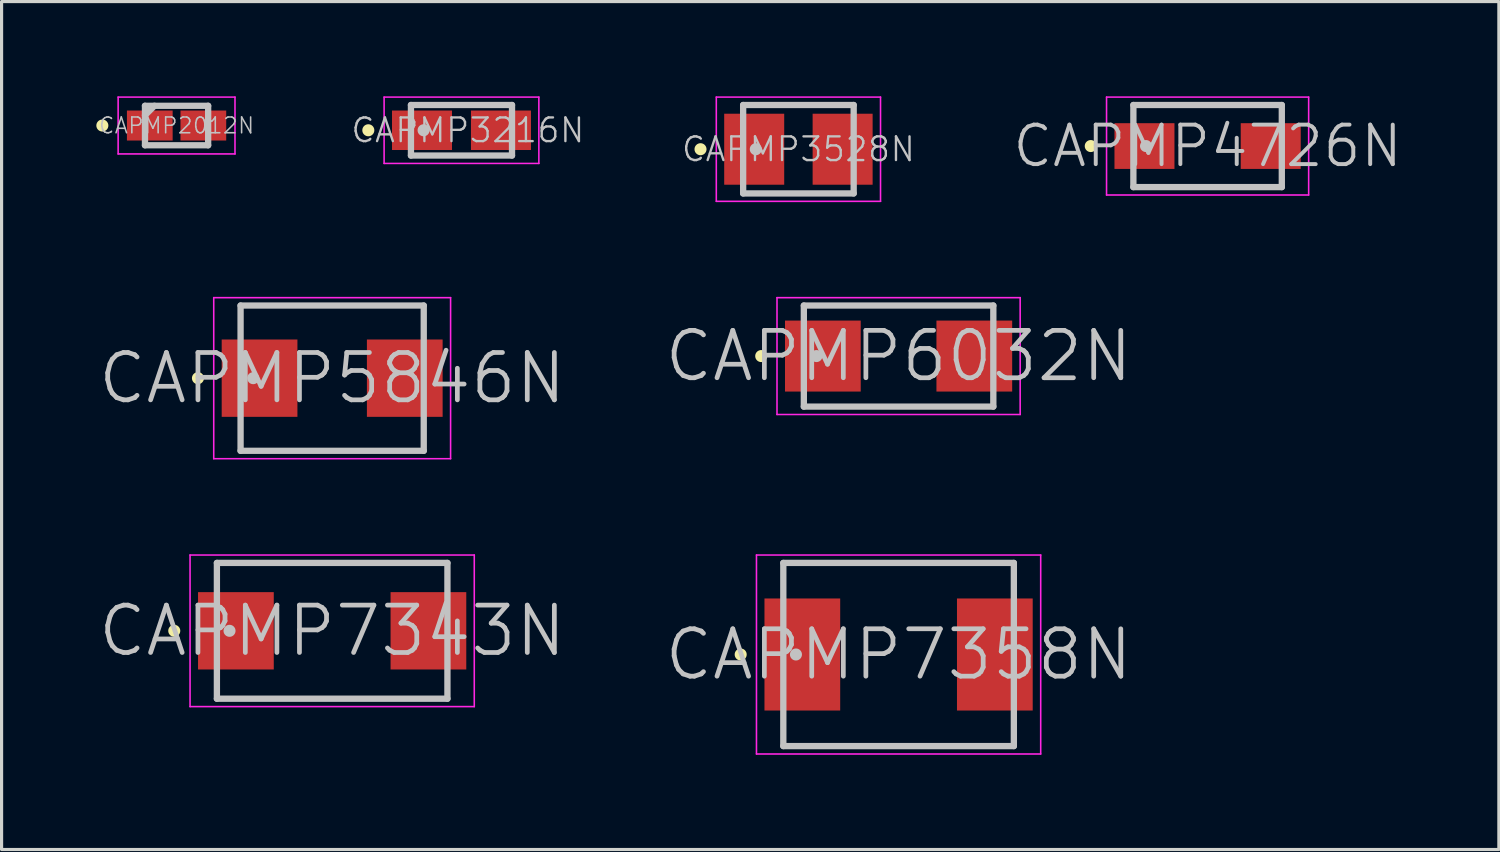
<source format=kicad_pcb>
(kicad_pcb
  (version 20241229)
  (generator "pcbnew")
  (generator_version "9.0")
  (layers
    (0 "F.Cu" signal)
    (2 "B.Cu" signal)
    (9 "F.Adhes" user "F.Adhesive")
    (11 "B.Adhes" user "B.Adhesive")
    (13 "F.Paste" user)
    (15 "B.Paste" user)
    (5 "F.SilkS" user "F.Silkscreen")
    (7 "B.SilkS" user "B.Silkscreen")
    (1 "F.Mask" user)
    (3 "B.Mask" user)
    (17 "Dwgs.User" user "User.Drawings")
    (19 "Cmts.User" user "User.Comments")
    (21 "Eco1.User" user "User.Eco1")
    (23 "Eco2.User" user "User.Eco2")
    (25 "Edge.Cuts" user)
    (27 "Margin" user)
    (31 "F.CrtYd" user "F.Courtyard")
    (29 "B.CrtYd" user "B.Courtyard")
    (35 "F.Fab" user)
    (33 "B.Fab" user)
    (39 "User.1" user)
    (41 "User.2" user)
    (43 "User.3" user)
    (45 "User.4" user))
  (footprint "CAPMP2012N"
    (layer "F.Cu")
    (at 2.541 0.925)
    (property "Reference" "CAPMP2012N" (at 0 0 0) (layer "Dwgs.User") (effects (font (size 0.5 0.5) (thickness 0.05))))
    (attr smd)
    (fp_line (start -2.35 0) (end -2.35 0) (stroke (width 0.381) (type solid)) (layer "F.SilkS"))
    (fp_line (start -1 -0.625) (end -1 0.625) (stroke (width 0.2) (type solid)) (layer "Dwgs.User"))
    (fp_line (start -1 -0.625) (end 1 -0.625) (stroke (width 0.2) (type solid)) (layer "Dwgs.User"))
    (fp_line (start -1 -0.325) (end -0.7 -0.625) (stroke (width 0.2) (type solid)) (layer "Dwgs.User"))
    (fp_line (start -1 0.625) (end 1 0.625) (stroke (width 0.2) (type solid)) (layer "Dwgs.User"))
    (fp_line (start 1 -0.625) (end 1 0.625) (stroke (width 0.2) (type solid)) (layer "Dwgs.User"))
    (fp_line (start -1.85 -0.9) (end -1.85 0.9) (stroke (width 0.05) (type solid)) (layer "F.CrtYd"))
    (fp_line (start -1.85 -0.9) (end 1.85 -0.9) (stroke (width 0.05) (type solid)) (layer "F.CrtYd"))
    (fp_line (start -1.85 0.9) (end 1.85 0.9) (stroke (width 0.05) (type solid)) (layer "F.CrtYd"))
    (fp_line (start 1.85 -0.9) (end 1.85 0.9) (stroke (width 0.05) (type solid)) (layer "F.CrtYd"))
    (pad "1" smd rect (at -0.848 0 90) (size 0.95 1.448) (layers "F.Cu" "F.Mask" "F.Paste"))
    (pad "2" smd rect (at 0.848 0 270) (size 0.95 1.448) (layers "F.Cu" "F.Mask" "F.Paste")))
  (footprint "CAPMP4726N"
    (layer "F.Cu")
    (at 35.189 1.575)
    (property "Reference" "CAPMP4726N" (at 0 0 0) (layer "Dwgs.User") (effects (font (size 1.25 1.25) (thickness 0.125))))
    (attr smd)
    (fp_line (start -3.7 0) (end -3.7 0) (stroke (width 0.381) (type solid)) (layer "F.SilkS"))
    (fp_line (start -2.35 -1.3) (end -2.35 1.3) (stroke (width 0.2) (type solid)) (layer "Dwgs.User"))
    (fp_line (start -2.35 -1.3) (end 2.35 -1.3) (stroke (width 0.2) (type solid)) (layer "Dwgs.User"))
    (fp_line (start -2.35 1.3) (end 2.35 1.3) (stroke (width 0.2) (type solid)) (layer "Dwgs.User"))
    (fp_line (start -1.95 0) (end -1.95 0) (stroke (width 0.381) (type solid)) (layer "Dwgs.User"))
    (fp_line (start 2.35 -1.3) (end 2.35 1.3) (stroke (width 0.2) (type solid)) (layer "Dwgs.User"))
    (fp_line (start -3.2 -1.55) (end -3.2 1.55) (stroke (width 0.05) (type solid)) (layer "F.CrtYd"))
    (fp_line (start -3.2 -1.55) (end 3.2 -1.55) (stroke (width 0.05) (type solid)) (layer "F.CrtYd"))
    (fp_line (start -3.2 1.55) (end 3.2 1.55) (stroke (width 0.05) (type solid)) (layer "F.CrtYd"))
    (fp_line (start 3.2 -1.55) (end 3.2 1.55) (stroke (width 0.05) (type solid)) (layer "F.CrtYd"))
    (pad "1" smd rect (at -1.999 0 90) (size 1.448 1.9) (layers "F.Cu" "F.Mask" "F.Paste"))
    (pad "2" smd rect (at 1.999 0 270) (size 1.448 1.9) (layers "F.Cu" "F.Mask" "F.Paste")))
  (footprint "CAPMP3528N"
    (layer "F.Cu")
    (at 22.232 1.675)
    (property "Reference" "CAPMP3528N" (at 0 0 0) (layer "Dwgs.User") (effects (font (size 0.75 0.75) (thickness 0.075))))
    (attr smd)
    (fp_line (start -3.1 0) (end -3.1 0) (stroke (width 0.381) (type solid)) (layer "F.SilkS"))
    (fp_line (start -1.75 -1.4) (end -1.75 1.4) (stroke (width 0.2) (type solid)) (layer "Dwgs.User"))
    (fp_line (start -1.75 -1.4) (end 1.75 -1.4) (stroke (width 0.2) (type solid)) (layer "Dwgs.User"))
    (fp_line (start -1.75 1.4) (end 1.75 1.4) (stroke (width 0.2) (type solid)) (layer "Dwgs.User"))
    (fp_line (start -1.35 0) (end -1.35 0) (stroke (width 0.381) (type solid)) (layer "Dwgs.User"))
    (fp_line (start 1.75 -1.4) (end 1.75 1.4) (stroke (width 0.2) (type solid)) (layer "Dwgs.User"))
    (fp_line (start -2.6 -1.65) (end -2.6 1.65) (stroke (width 0.05) (type solid)) (layer "F.CrtYd"))
    (fp_line (start -2.6 -1.65) (end 2.6 -1.65) (stroke (width 0.05) (type solid)) (layer "F.CrtYd"))
    (fp_line (start -2.6 1.65) (end 2.6 1.65) (stroke (width 0.05) (type solid)) (layer "F.CrtYd"))
    (fp_line (start 2.6 -1.65) (end 2.6 1.65) (stroke (width 0.05) (type solid)) (layer "F.CrtYd"))
    (pad "1" smd rect (at -1.4 0 90) (size 2.248 1.9) (layers "F.Cu" "F.Mask" "F.Paste"))
    (pad "2" smd rect (at 1.4 0 270) (size 2.248 1.9) (layers "F.Cu" "F.Mask" "F.Paste")))
  (footprint "CAPMP6032N"
    (layer "F.Cu")
    (at 25.404 8.225)
    (property "Reference" "CAPMP6032N" (at 0 0 0) (layer "Dwgs.User") (effects (font (size 1.5 1.5) (thickness 0.15))))
    (attr smd)
    (fp_line (start -4.35 0) (end -4.35 0) (stroke (width 0.381) (type solid)) (layer "F.SilkS"))
    (fp_line (start -3 -1.6) (end -3 1.6) (stroke (width 0.2) (type solid)) (layer "Dwgs.User"))
    (fp_line (start -3 -1.6) (end 3 -1.6) (stroke (width 0.2) (type solid)) (layer "Dwgs.User"))
    (fp_line (start -3 1.6) (end 3 1.6) (stroke (width 0.2) (type solid)) (layer "Dwgs.User"))
    (fp_line (start -2.6 0) (end -2.6 0) (stroke (width 0.381) (type solid)) (layer "Dwgs.User"))
    (fp_line (start 3 -1.6) (end 3 1.6) (stroke (width 0.2) (type solid)) (layer "Dwgs.User"))
    (fp_line (start -3.85 -1.85) (end -3.85 1.85) (stroke (width 0.05) (type solid)) (layer "F.CrtYd"))
    (fp_line (start -3.85 -1.85) (end 3.85 -1.85) (stroke (width 0.05) (type solid)) (layer "F.CrtYd"))
    (fp_line (start -3.85 1.85) (end 3.85 1.85) (stroke (width 0.05) (type solid)) (layer "F.CrtYd"))
    (fp_line (start 3.85 -1.85) (end 3.85 1.85) (stroke (width 0.05) (type solid)) (layer "F.CrtYd"))
    (pad "1" smd rect (at -2.398 0 90) (size 2.248 2.398) (layers "F.Cu" "F.Mask" "F.Paste"))
    (pad "2" smd rect (at 2.398 0 270) (size 2.248 2.398) (layers "F.Cu" "F.Mask" "F.Paste")))
  (footprint "CAPMP7343N"
    (layer "F.Cu")
    (at 7.468 16.925)
    (property "Reference" "CAPMP7343N" (at 0 0 0) (layer "Dwgs.User") (effects (font (size 1.5 1.5) (thickness 0.15))))
    (attr smd)
    (fp_line (start -5 0) (end -5 0) (stroke (width 0.381) (type solid)) (layer "F.SilkS"))
    (fp_line (start -3.65 -2.15) (end -3.65 2.15) (stroke (width 0.2) (type solid)) (layer "Dwgs.User"))
    (fp_line (start -3.65 -2.15) (end 3.65 -2.15) (stroke (width 0.2) (type solid)) (layer "Dwgs.User"))
    (fp_line (start -3.65 2.15) (end 3.65 2.15) (stroke (width 0.2) (type solid)) (layer "Dwgs.User"))
    (fp_line (start -3.25 0) (end -3.25 0) (stroke (width 0.381) (type solid)) (layer "Dwgs.User"))
    (fp_line (start 3.65 -2.15) (end 3.65 2.15) (stroke (width 0.2) (type solid)) (layer "Dwgs.User"))
    (fp_line (start -4.5 -2.4) (end -4.5 2.4) (stroke (width 0.05) (type solid)) (layer "F.CrtYd"))
    (fp_line (start -4.5 -2.4) (end 4.5 -2.4) (stroke (width 0.05) (type solid)) (layer "F.CrtYd"))
    (fp_line (start -4.5 2.4) (end 4.5 2.4) (stroke (width 0.05) (type solid)) (layer "F.CrtYd"))
    (fp_line (start 4.5 -2.4) (end 4.5 2.4) (stroke (width 0.05) (type solid)) (layer "F.CrtYd"))
    (pad "1" smd rect (at -3.048 0 90) (size 2.449 2.398) (layers "F.Cu" "F.Mask" "F.Paste"))
    (pad "2" smd rect (at 3.048 0 270) (size 2.449 2.398) (layers "F.Cu" "F.Mask" "F.Paste")))
  (footprint "CAPMP5846N"
    (layer "F.Cu")
    (at 7.468 8.925)
    (property "Reference" "CAPMP5846N" (at 0 0 0) (layer "Dwgs.User") (effects (font (size 1.5 1.5) (thickness 0.15))))
    (attr smd)
    (fp_line (start -4.25 0) (end -4.25 0) (stroke (width 0.381) (type solid)) (layer "F.SilkS"))
    (fp_line (start -2.9 -2.3) (end -2.9 2.3) (stroke (width 0.2) (type solid)) (layer "Dwgs.User"))
    (fp_line (start -2.9 -2.3) (end 2.9 -2.3) (stroke (width 0.2) (type solid)) (layer "Dwgs.User"))
    (fp_line (start -2.9 2.3) (end 2.9 2.3) (stroke (width 0.2) (type solid)) (layer "Dwgs.User"))
    (fp_line (start -2.5 0) (end -2.5 0) (stroke (width 0.381) (type solid)) (layer "Dwgs.User"))
    (fp_line (start 2.9 -2.3) (end 2.9 2.3) (stroke (width 0.2) (type solid)) (layer "Dwgs.User"))
    (fp_line (start -3.75 -2.55) (end -3.75 2.55) (stroke (width 0.05) (type solid)) (layer "F.CrtYd"))
    (fp_line (start -3.75 -2.55) (end 3.75 -2.55) (stroke (width 0.05) (type solid)) (layer "F.CrtYd"))
    (fp_line (start -3.75 2.55) (end 3.75 2.55) (stroke (width 0.05) (type solid)) (layer "F.CrtYd"))
    (fp_line (start 3.75 -2.55) (end 3.75 2.55) (stroke (width 0.05) (type solid)) (layer "F.CrtYd"))
    (pad "1" smd rect (at -2.299 0 90) (size 2.449 2.398) (layers "F.Cu" "F.Mask" "F.Paste"))
    (pad "2" smd rect (at 2.299 0 270) (size 2.449 2.398) (layers "F.Cu" "F.Mask" "F.Paste")))
  (footprint "CAPMP7358N"
    (layer "F.Cu")
    (at 25.404 17.675)
    (property "Reference" "CAPMP7358N" (at 0 0 0) (layer "Dwgs.User") (effects (font (size 1.5 1.5) (thickness 0.15))))
    (attr smd)
    (fp_line (start -5 0) (end -5 0) (stroke (width 0.381) (type solid)) (layer "F.SilkS"))
    (fp_line (start -3.65 -2.9) (end -3.65 2.9) (stroke (width 0.2) (type solid)) (layer "Dwgs.User"))
    (fp_line (start -3.65 -2.9) (end 3.65 -2.9) (stroke (width 0.2) (type solid)) (layer "Dwgs.User"))
    (fp_line (start -3.65 2.9) (end 3.65 2.9) (stroke (width 0.2) (type solid)) (layer "Dwgs.User"))
    (fp_line (start -3.25 0) (end -3.25 0) (stroke (width 0.381) (type solid)) (layer "Dwgs.User"))
    (fp_line (start 3.65 -2.9) (end 3.65 2.9) (stroke (width 0.2) (type solid)) (layer "Dwgs.User"))
    (fp_line (start -4.5 -3.15) (end -4.5 3.15) (stroke (width 0.05) (type solid)) (layer "F.CrtYd"))
    (fp_line (start -4.5 -3.15) (end 4.5 -3.15) (stroke (width 0.05) (type solid)) (layer "F.CrtYd"))
    (fp_line (start -4.5 3.15) (end 4.5 3.15) (stroke (width 0.05) (type solid)) (layer "F.CrtYd"))
    (fp_line (start 4.5 -3.15) (end 4.5 3.15) (stroke (width 0.05) (type solid)) (layer "F.CrtYd"))
    (pad "1" smd rect (at -3.048 0 90) (size 3.548 2.398) (layers "F.Cu" "F.Mask" "F.Paste"))
    (pad "2" smd rect (at 3.048 0 270) (size 3.548 2.398) (layers "F.Cu" "F.Mask" "F.Paste")))
  (footprint "CAPMP3216N"
    (layer "F.Cu")
    (at 11.563 1.075)
    (property "Reference" "CAPMP3216N" (at 0.201 0 0) (layer "Dwgs.User") (effects (font (size 0.75 0.75) (thickness 0.075))))
    (attr smd)
    (fp_line (start -2.95 0) (end -2.95 0) (stroke (width 0.381) (type solid)) (layer "F.SilkS"))
    (fp_line (start -1.6 -0.8) (end -1.6 0.8) (stroke (width 0.2) (type solid)) (layer "Dwgs.User"))
    (fp_line (start -1.6 -0.8) (end 1.6 -0.8) (stroke (width 0.2) (type solid)) (layer "Dwgs.User"))
    (fp_line (start -1.6 0.8) (end 1.6 0.8) (stroke (width 0.2) (type solid)) (layer "Dwgs.User"))
    (fp_line (start -1.2 0) (end -1.2 0) (stroke (width 0.381) (type solid)) (layer "Dwgs.User"))
    (fp_line (start 1.6 -0.8) (end 1.6 0.8) (stroke (width 0.2) (type solid)) (layer "Dwgs.User"))
    (fp_line (start -2.45 -1.05) (end -2.45 1.05) (stroke (width 0.05) (type solid)) (layer "F.CrtYd"))
    (fp_line (start -2.45 -1.05) (end 2.45 -1.05) (stroke (width 0.05) (type solid)) (layer "F.CrtYd"))
    (fp_line (start -2.45 1.05) (end 2.45 1.05) (stroke (width 0.05) (type solid)) (layer "F.CrtYd"))
    (fp_line (start 2.45 -1.05) (end 2.45 1.05) (stroke (width 0.05) (type solid)) (layer "F.CrtYd"))
    (pad "1" smd rect (at -1.25 0 90) (size 1.25 1.9) (layers "F.Cu" "F.Mask" "F.Paste"))
    (pad "2" smd rect (at 1.25 0 270) (size 1.25 1.9) (layers "F.Cu" "F.Mask" "F.Paste")))
  (gr_rect
    (start -3 -3)
    (end 44.412 23.85)
    (stroke (width 0.1) (type default))
    (fill no)
    (layer "Edge.Cuts")))
</source>
